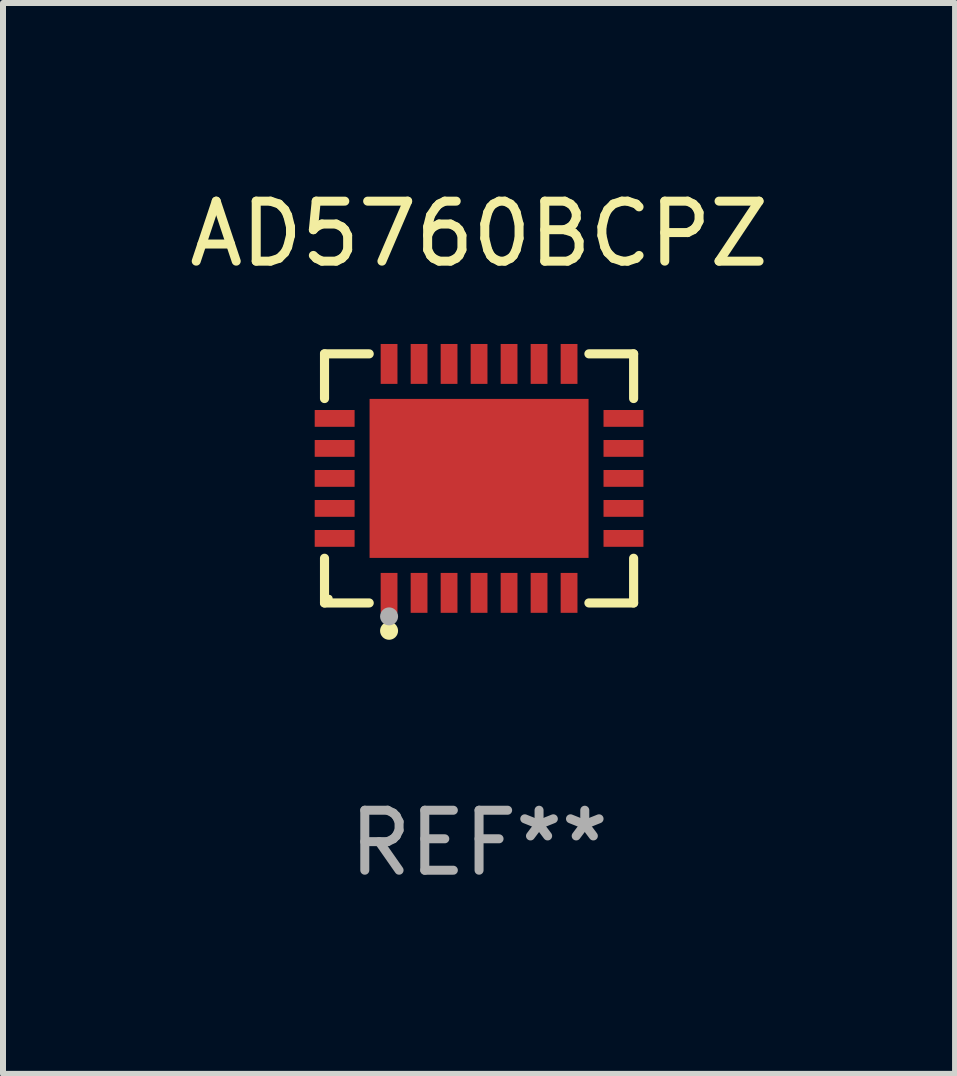
<source format=kicad_pcb>
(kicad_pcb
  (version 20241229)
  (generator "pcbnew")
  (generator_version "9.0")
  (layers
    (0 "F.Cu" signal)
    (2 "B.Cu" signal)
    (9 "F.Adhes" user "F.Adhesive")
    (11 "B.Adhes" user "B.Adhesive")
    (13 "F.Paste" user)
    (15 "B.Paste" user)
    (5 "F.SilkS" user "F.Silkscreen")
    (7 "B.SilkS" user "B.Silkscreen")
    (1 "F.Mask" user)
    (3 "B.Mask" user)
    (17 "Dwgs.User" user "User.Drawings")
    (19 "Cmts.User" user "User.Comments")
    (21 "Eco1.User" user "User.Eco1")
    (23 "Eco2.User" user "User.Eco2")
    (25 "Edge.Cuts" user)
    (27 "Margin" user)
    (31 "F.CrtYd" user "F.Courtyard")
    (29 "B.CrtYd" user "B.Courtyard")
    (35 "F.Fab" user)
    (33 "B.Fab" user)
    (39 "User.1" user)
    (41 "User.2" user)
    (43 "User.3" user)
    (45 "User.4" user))
  (footprint "AD5760BCPZ"
    (layer "F.Cu")
    (at 4.935 4.924)
    (property "Reference" "AD5760BCPZ" (at 0 -4.076 0) (layer "F.SilkS") (effects (font (size 1 1) (thickness 0.15))))
    (attr through_hole)
    (fp_line (start -2.576 -2.076) (end -1.831 -2.076) (stroke (width 0.152) (type solid)) (layer "F.SilkS"))
    (fp_line (start -2.576 -1.331) (end -2.576 -2.076) (stroke (width 0.152) (type solid)) (layer "F.SilkS"))
    (fp_line (start -2.576 1.331) (end -2.576 2.076) (stroke (width 0.152) (type solid)) (layer "F.SilkS"))
    (fp_line (start -2.576 2.076) (end -1.831 2.076) (stroke (width 0.152) (type solid)) (layer "F.SilkS"))
    (fp_line (start 2.576 -2.076) (end 1.831 -2.076) (stroke (width 0.152) (type solid)) (layer "F.SilkS"))
    (fp_line (start 2.576 -1.331) (end 2.576 -2.076) (stroke (width 0.152) (type solid)) (layer "F.SilkS"))
    (fp_line (start 2.576 1.331) (end 2.576 2.076) (stroke (width 0.152) (type solid)) (layer "F.SilkS"))
    (fp_line (start 2.576 2.076) (end 1.831 2.076) (stroke (width 0.152) (type solid)) (layer "F.SilkS"))
    (fp_circle (center -2.5 2) (end -2.47 2) (stroke (width 0.06) (type solid)) (fill no) (layer "F.SilkS"))
    (fp_circle (center -1.5 2.54) (end -1.425 2.54) (stroke (width 0.15) (type solid)) (fill no) (layer "F.SilkS"))
    (fp_circle (center -1.5 2.3) (end -1.425 2.3) (stroke (width 0.15) (type solid)) (fill no) (layer "F.Fab"))
    (fp_text user "REF**" (at 0 6.076 0) (layer "F.Fab") (effects (font (size 1 1) (thickness 0.15))))
    (pad "1" smd rect (at -1.5 1.908 90) (size 0.665 0.28) (layers "F.Cu" "F.Mask" "F.Paste"))
    (pad "2" smd rect (at -1 1.908 90) (size 0.665 0.28) (layers "F.Cu" "F.Mask" "F.Paste"))
    (pad "3" smd rect (at -0.5 1.908 90) (size 0.665 0.28) (layers "F.Cu" "F.Mask" "F.Paste"))
    (pad "4" smd rect (at 0 1.908 90) (size 0.665 0.28) (layers "F.Cu" "F.Mask" "F.Paste"))
    (pad "5" smd rect (at 0.5 1.908 90) (size 0.665 0.28) (layers "F.Cu" "F.Mask" "F.Paste"))
    (pad "6" smd rect (at 1 1.908 90) (size 0.665 0.28) (layers "F.Cu" "F.Mask" "F.Paste"))
    (pad "7" smd rect (at 1.5 1.908 90) (size 0.665 0.28) (layers "F.Cu" "F.Mask" "F.Paste"))
    (pad "8" smd rect (at 2.407 1 90) (size 0.28 0.665) (layers "F.Cu" "F.Mask" "F.Paste"))
    (pad "9" smd rect (at 2.407 0.5 90) (size 0.28 0.665) (layers "F.Cu" "F.Mask" "F.Paste"))
    (pad "10" smd rect (at 2.407 0 90) (size 0.28 0.665) (layers "F.Cu" "F.Mask" "F.Paste"))
    (pad "11" smd rect (at 2.407 -0.5 90) (size 0.28 0.665) (layers "F.Cu" "F.Mask" "F.Paste"))
    (pad "12" smd rect (at 2.407 -1 90) (size 0.28 0.665) (layers "F.Cu" "F.Mask" "F.Paste"))
    (pad "13" smd rect (at 1.5 -1.908 90) (size 0.665 0.28) (layers "F.Cu" "F.Mask" "F.Paste"))
    (pad "14" smd rect (at 1 -1.908 90) (size 0.665 0.28) (layers "F.Cu" "F.Mask" "F.Paste"))
    (pad "15" smd rect (at 0.5 -1.908 90) (size 0.665 0.28) (layers "F.Cu" "F.Mask" "F.Paste"))
    (pad "16" smd rect (at 0 -1.908 90) (size 0.665 0.28) (layers "F.Cu" "F.Mask" "F.Paste"))
    (pad "17" smd rect (at -0.5 -1.908 90) (size 0.665 0.28) (layers "F.Cu" "F.Mask" "F.Paste"))
    (pad "18" smd rect (at -1 -1.908 90) (size 0.665 0.28) (layers "F.Cu" "F.Mask" "F.Paste"))
    (pad "19" smd rect (at -1.5 -1.908 90) (size 0.665 0.28) (layers "F.Cu" "F.Mask" "F.Paste"))
    (pad "20" smd rect (at -2.407 -1 90) (size 0.28 0.665) (layers "F.Cu" "F.Mask" "F.Paste"))
    (pad "21" smd rect (at -2.407 -0.5 90) (size 0.28 0.665) (layers "F.Cu" "F.Mask" "F.Paste"))
    (pad "22" smd rect (at -2.407 0 90) (size 0.28 0.665) (layers "F.Cu" "F.Mask" "F.Paste"))
    (pad "23" smd rect (at -2.407 0.5 90) (size 0.28 0.665) (layers "F.Cu" "F.Mask" "F.Paste"))
    (pad "24" smd rect (at -2.407 1 90) (size 0.28 0.665) (layers "F.Cu" "F.Mask" "F.Paste"))
    (pad "25" smd rect (at 0 0 90) (size 2.65 3.65) (layers "F.Cu" "F.Mask" "F.Paste")))
  (gr_rect
    (start -3 -3)
    (end 12.869 14.849)
    (stroke (width 0.1) (type default))
    (fill no)
    (layer "Edge.Cuts")))
</source>
